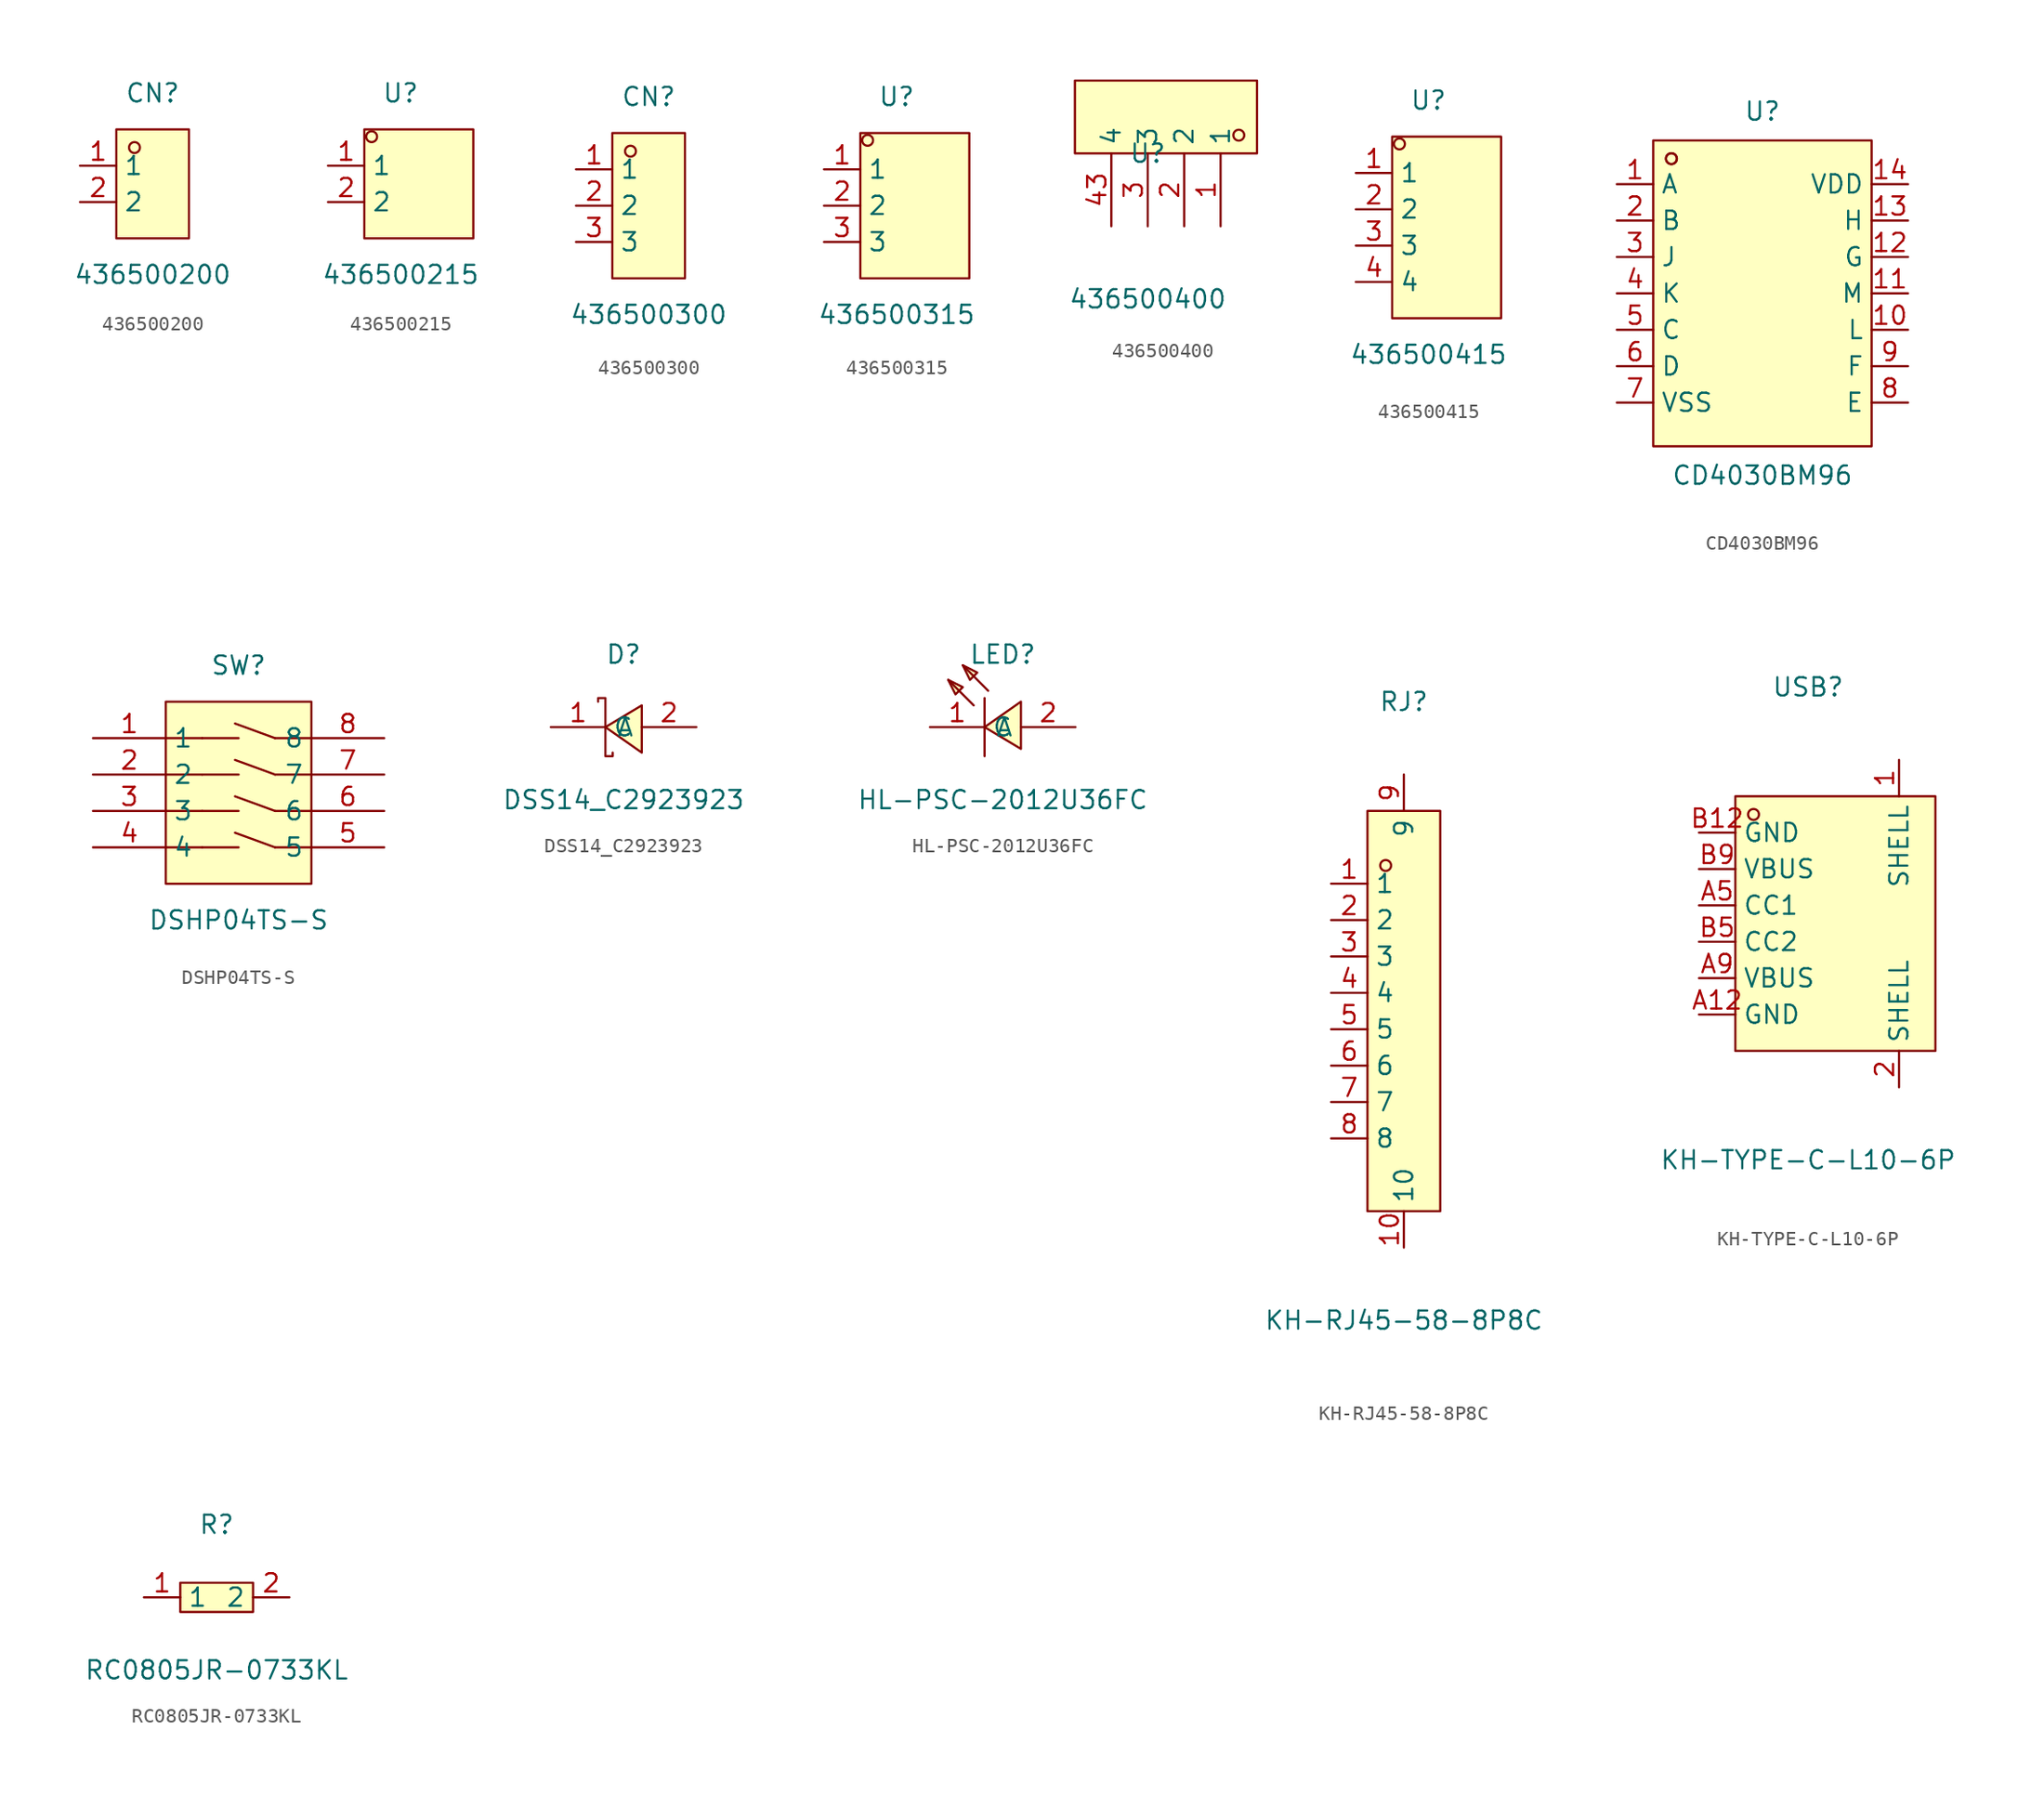
<source format=kicad_sym>
(kicad_symbol_lib
  (version 20211014)
  (generator https://github.com/uPesy/easyeda2kicad.py)
  (symbol "436500200"
    (property "Reference" "CN"
      (at 0 6.35 0)
      (effects (font (size 1.27 1.27))))
    (property "Value" "436500200"
      (at 0 -6.35 0)
      (effects (font (size 1.27 1.27))))
    (symbol "436500200_0_1"
      (rectangle (start -2.54 3.81) (end 2.54 -3.81) (stroke (width 0) (type default) (color 0 0 0 0)) (fill (type background)))
      (circle (center -1.27 2.54) (radius 0.38) (stroke (width 0) (type default) (color 0 0 0 0)) (fill (type none)))
      (pin unspecified line (at -5.08 1.27 0) (length 2.54) (name "1" (effects (font (size 1.27 1.27)))) (number "1" (effects (font (size 1.27 1.27)))))
      (pin unspecified line (at -5.08 -1.27 0) (length 2.54) (name "2" (effects (font (size 1.27 1.27)))) (number "2" (effects (font (size 1.27 1.27)))))))
  (symbol "436500215"
    (property "Reference" "U"
      (at 0 6.35 0)
      (effects (font (size 1.27 1.27))))
    (property "Value" "436500215"
      (at 0 -6.35 0)
      (effects (font (size 1.27 1.27))))
    (symbol "436500215_0_1"
      (rectangle (start -2.54 3.81) (end 5.08 -3.81) (stroke (width 0) (type default) (color 0 0 0 0)) (fill (type background)))
      (circle (center -2.03 3.30) (radius 0.38) (stroke (width 0) (type default) (color 0 0 0 0)) (fill (type none)))
      (pin unspecified line (at -5.08 1.27 0) (length 2.54) (name "1" (effects (font (size 1.27 1.27)))) (number "1" (effects (font (size 1.27 1.27)))))
      (pin unspecified line (at -5.08 -1.27 0) (length 2.54) (name "2" (effects (font (size 1.27 1.27)))) (number "2" (effects (font (size 1.27 1.27)))))))
  (symbol "436500300"
    (property "Reference" "CN"
      (at 0 7.62 0)
      (effects (font (size 1.27 1.27))))
    (property "Value" "436500300"
      (at 0 -7.62 0)
      (effects (font (size 1.27 1.27))))
    (symbol "436500300_0_1"
      (rectangle (start -2.54 5.08) (end 2.54 -5.08) (stroke (width 0) (type default) (color 0 0 0 0)) (fill (type background)))
      (circle (center -1.27 3.81) (radius 0.38) (stroke (width 0) (type default) (color 0 0 0 0)) (fill (type none)))
      (pin unspecified line (at -5.08 2.54 0) (length 2.54) (name "1" (effects (font (size 1.27 1.27)))) (number "1" (effects (font (size 1.27 1.27)))))
      (pin unspecified line (at -5.08 -0.00 0) (length 2.54) (name "2" (effects (font (size 1.27 1.27)))) (number "2" (effects (font (size 1.27 1.27)))))
      (pin unspecified line (at -5.08 -2.54 0) (length 2.54) (name "3" (effects (font (size 1.27 1.27)))) (number "3" (effects (font (size 1.27 1.27)))))))
  (symbol "436500315"
    (property "Reference" "U"
      (at 0 7.62 0)
      (effects (font (size 1.27 1.27))))
    (property "Value" "436500315"
      (at 0 -7.62 0)
      (effects (font (size 1.27 1.27))))
    (symbol "436500315_0_1"
      (rectangle (start -2.54 5.08) (end 5.08 -5.08) (stroke (width 0) (type default) (color 0 0 0 0)) (fill (type background)))
      (circle (center -2.03 4.57) (radius 0.38) (stroke (width 0) (type default) (color 0 0 0 0)) (fill (type none)))
      (pin unspecified line (at -5.08 2.54 0) (length 2.54) (name "1" (effects (font (size 1.27 1.27)))) (number "1" (effects (font (size 1.27 1.27)))))
      (pin unspecified line (at -5.08 -0.00 0) (length 2.54) (name "2" (effects (font (size 1.27 1.27)))) (number "2" (effects (font (size 1.27 1.27)))))
      (pin unspecified line (at -5.08 -2.54 0) (length 2.54) (name "3" (effects (font (size 1.27 1.27)))) (number "3" (effects (font (size 1.27 1.27)))))))
  (symbol "436500400"
    (property "Reference" "U"
      (at 0 -2.54 0)
      (effects (font (size 1.27 1.27))))
    (property "Value" "436500400"
      (at 0 -12.70 0)
      (effects (font (size 1.27 1.27))))
    (symbol "436500400_0_1"
      (rectangle (start -5.08 2.54) (end 7.62 -2.54) (stroke (width 0) (type default) (color 0 0 0 0)) (fill (type background)))
      (circle (center 6.35 -1.27) (radius 0.38) (stroke (width 0) (type default) (color 0 0 0 0)) (fill (type none)))
      (pin unspecified line (at 5.08 -7.62 90) (length 5.08) (name "1" (effects (font (size 1.27 1.27)))) (number "1" (effects (font (size 1.27 1.27)))))
      (pin unspecified line (at 2.54 -7.62 90) (length 5.08) (name "2" (effects (font (size 1.27 1.27)))) (number "2" (effects (font (size 1.27 1.27)))))
      (pin unspecified line (at 0.00 -7.62 90) (length 5.08) (name "3" (effects (font (size 1.27 1.27)))) (number "3" (effects (font (size 1.27 1.27)))))
      (pin unspecified line (at -2.54 -7.62 90) (length 5.08) (name "4" (effects (font (size 1.27 1.27)))) (number "43" (effects (font (size 1.27 1.27)))))))
  (symbol "436500415"
    (property "Reference" "U"
      (at 0 10.16 0)
      (effects (font (size 1.27 1.27))))
    (property "Value" "436500415"
      (at 0 -7.62 0)
      (effects (font (size 1.27 1.27))))
    (symbol "436500415_0_1"
      (rectangle (start -2.54 7.62) (end 5.08 -5.08) (stroke (width 0) (type default) (color 0 0 0 0)) (fill (type background)))
      (circle (center -2.03 7.11) (radius 0.38) (stroke (width 0) (type default) (color 0 0 0 0)) (fill (type none)))
      (pin unspecified line (at -5.08 5.08 0) (length 2.54) (name "1" (effects (font (size 1.27 1.27)))) (number "1" (effects (font (size 1.27 1.27)))))
      (pin unspecified line (at -5.08 2.54 0) (length 2.54) (name "2" (effects (font (size 1.27 1.27)))) (number "2" (effects (font (size 1.27 1.27)))))
      (pin unspecified line (at -5.08 -0.00 0) (length 2.54) (name "3" (effects (font (size 1.27 1.27)))) (number "3" (effects (font (size 1.27 1.27)))))
      (pin unspecified line (at -5.08 -2.54 0) (length 2.54) (name "4" (effects (font (size 1.27 1.27)))) (number "4" (effects (font (size 1.27 1.27)))))))
  (symbol "CD4030BM96"
    (property "Reference" "U"
      (at 0 12.70 0)
      (effects (font (size 1.27 1.27))))
    (property "Value" "CD4030BM96"
      (at 0 -12.70 0)
      (effects (font (size 1.27 1.27))))
    (symbol "CD4030BM96_0_1"
      (rectangle (start -7.62 10.67) (end 7.62 -10.67) (stroke (width 0) (type default) (color 0 0 0 0)) (fill (type background)))
      (circle (center -6.35 9.40) (radius 0.38) (stroke (width 0) (type default) (color 0 0 0 0)) (fill (type none)))
      (circle (center -6.35 9.40) (radius 0.38) (stroke (width 0) (type default) (color 0 0 0 0)) (fill (type none)))
      (pin unspecified line (at -10.16 7.62 0) (length 2.54) (name "A" (effects (font (size 1.27 1.27)))) (number "1" (effects (font (size 1.27 1.27)))))
      (pin unspecified line (at -10.16 5.08 0) (length 2.54) (name "B" (effects (font (size 1.27 1.27)))) (number "2" (effects (font (size 1.27 1.27)))))
      (pin unspecified line (at -10.16 2.54 0) (length 2.54) (name "J" (effects (font (size 1.27 1.27)))) (number "3" (effects (font (size 1.27 1.27)))))
      (pin unspecified line (at -10.16 -0.00 0) (length 2.54) (name "K" (effects (font (size 1.27 1.27)))) (number "4" (effects (font (size 1.27 1.27)))))
      (pin unspecified line (at -10.16 -2.54 0) (length 2.54) (name "C" (effects (font (size 1.27 1.27)))) (number "5" (effects (font (size 1.27 1.27)))))
      (pin unspecified line (at -10.16 -5.08 0) (length 2.54) (name "D" (effects (font (size 1.27 1.27)))) (number "6" (effects (font (size 1.27 1.27)))))
      (pin unspecified line (at -10.16 -7.62 0) (length 2.54) (name "VSS" (effects (font (size 1.27 1.27)))) (number "7" (effects (font (size 1.27 1.27)))))
      (pin unspecified line (at 10.16 -7.62 180) (length 2.54) (name "E" (effects (font (size 1.27 1.27)))) (number "8" (effects (font (size 1.27 1.27)))))
      (pin unspecified line (at 10.16 -5.08 180) (length 2.54) (name "F" (effects (font (size 1.27 1.27)))) (number "9" (effects (font (size 1.27 1.27)))))
      (pin unspecified line (at 10.16 -2.54 180) (length 2.54) (name "L" (effects (font (size 1.27 1.27)))) (number "10" (effects (font (size 1.27 1.27)))))
      (pin unspecified line (at 10.16 -0.00 180) (length 2.54) (name "M" (effects (font (size 1.27 1.27)))) (number "11" (effects (font (size 1.27 1.27)))))
      (pin unspecified line (at 10.16 2.54 180) (length 2.54) (name "G" (effects (font (size 1.27 1.27)))) (number "12" (effects (font (size 1.27 1.27)))))
      (pin unspecified line (at 10.16 5.08 180) (length 2.54) (name "H" (effects (font (size 1.27 1.27)))) (number "13" (effects (font (size 1.27 1.27)))))
      (pin unspecified line (at 10.16 7.62 180) (length 2.54) (name "VDD" (effects (font (size 1.27 1.27)))) (number "14" (effects (font (size 1.27 1.27)))))))
  (symbol "DSHP04TS-S"
    (property "Reference" "SW"
      (at 0 10.16 0)
      (effects (font (size 1.27 1.27))))
    (property "Value" "DSHP04TS-S"
      (at 0 -7.62 0)
      (effects (font (size 1.27 1.27))))
    (symbol "DSHP04TS-S_0_1"
      (rectangle (start -5.08 7.62) (end 5.08 -5.08) (stroke (width 0) (type default) (color 0 0 0 0)) (fill (type background)))
      (polyline (pts (xy 5.08 5.08) (xy 2.54 5.08)) (stroke (width 0) (type default) (color 0 0 0 0)) (fill (type none)))
      (polyline (pts (xy 5.08 2.54) (xy 2.54 2.54)) (stroke (width 0) (type default) (color 0 0 0 0)) (fill (type none)))
      (polyline (pts (xy 5.08 -0.00) (xy 2.54 -0.00)) (stroke (width 0) (type default) (color 0 0 0 0)) (fill (type none)))
      (polyline (pts (xy 5.08 -2.54) (xy 2.54 -2.54)) (stroke (width 0) (type default) (color 0 0 0 0)) (fill (type none)))
      (polyline (pts (xy -2.54 5.08) (xy -5.08 5.08)) (stroke (width 0) (type default) (color 0 0 0 0)) (fill (type none)))
      (polyline (pts (xy -2.54 2.54) (xy -5.08 2.54)) (stroke (width 0) (type default) (color 0 0 0 0)) (fill (type none)))
      (polyline (pts (xy -2.54 -0.00) (xy -5.08 -0.00)) (stroke (width 0) (type default) (color 0 0 0 0)) (fill (type none)))
      (polyline (pts (xy -2.54 -2.54) (xy -5.08 -2.54)) (stroke (width 0) (type default) (color 0 0 0 0)) (fill (type none)))
      (polyline (pts (xy -2.54 5.08) (xy 0.00 5.08)) (stroke (width 0) (type default) (color 0 0 0 0)) (fill (type none)))
      (polyline (pts (xy -2.54 2.54) (xy 0.00 2.54)) (stroke (width 0) (type default) (color 0 0 0 0)) (fill (type none)))
      (polyline (pts (xy -2.54 -0.00) (xy 0.00 -0.00)) (stroke (width 0) (type default) (color 0 0 0 0)) (fill (type none)))
      (polyline (pts (xy -2.54 -2.54) (xy 0.00 -2.54)) (stroke (width 0) (type default) (color 0 0 0 0)) (fill (type none)))
      (polyline (pts (xy 2.54 5.08) (xy -0.25 6.10)) (stroke (width 0) (type default) (color 0 0 0 0)) (fill (type none)))
      (polyline (pts (xy 2.54 2.54) (xy -0.25 3.56)) (stroke (width 0) (type default) (color 0 0 0 0)) (fill (type none)))
      (polyline (pts (xy 2.54 -0.00) (xy -0.25 1.02)) (stroke (width 0) (type default) (color 0 0 0 0)) (fill (type none)))
      (polyline (pts (xy 2.54 -2.54) (xy -0.25 -1.52)) (stroke (width 0) (type default) (color 0 0 0 0)) (fill (type none)))
      (pin unspecified line (at -10.16 2.54 0) (length 5.08) (name "2" (effects (font (size 1.27 1.27)))) (number "2" (effects (font (size 1.27 1.27)))))
      (pin unspecified line (at -10.16 -0.00 0) (length 5.08) (name "3" (effects (font (size 1.27 1.27)))) (number "3" (effects (font (size 1.27 1.27)))))
      (pin unspecified line (at -10.16 -2.54 0) (length 5.08) (name "4" (effects (font (size 1.27 1.27)))) (number "4" (effects (font (size 1.27 1.27)))))
      (pin unspecified line (at -10.16 5.08 0) (length 5.08) (name "1" (effects (font (size 1.27 1.27)))) (number "1" (effects (font (size 1.27 1.27)))))
      (pin unspecified line (at 10.16 -2.54 180) (length 5.08) (name "5" (effects (font (size 1.27 1.27)))) (number "5" (effects (font (size 1.27 1.27)))))
      (pin unspecified line (at 10.16 -0.00 180) (length 5.08) (name "6" (effects (font (size 1.27 1.27)))) (number "6" (effects (font (size 1.27 1.27)))))
      (pin unspecified line (at 10.16 2.54 180) (length 5.08) (name "7" (effects (font (size 1.27 1.27)))) (number "7" (effects (font (size 1.27 1.27)))))
      (pin unspecified line (at 10.16 5.08 180) (length 5.08) (name "8" (effects (font (size 1.27 1.27)))) (number "8" (effects (font (size 1.27 1.27)))))))
  (symbol "DSS14_C2923923"
    (property "Reference" "D"
      (at 0 5.08 0)
      (effects (font (size 1.27 1.27))))
    (property "Value" "DSS14_C2923923"
      (at 0 -5.08 0)
      (effects (font (size 1.27 1.27))))
    (symbol "DSS14_C2923923_0_1"
      (polyline (pts (xy 1.27 1.52) (xy -1.27 -0.00) (xy 1.27 -1.78) (xy 1.27 1.52)) (stroke (width 0) (type default) (color 0 0 0 0)) (fill (type background)))
      (polyline (pts (xy -1.78 1.78) (xy -1.78 2.03) (xy -1.27 2.03) (xy -1.27 -2.03) (xy -0.76 -2.03) (xy -0.76 -1.78)) (stroke (width 0) (type default) (color 0 0 0 0)) (fill (type none)))
      (pin unspecified line (at 5.08 -0.00 180) (length 3.81) (name "A" (effects (font (size 1.27 1.27)))) (number "2" (effects (font (size 1.27 1.27)))))
      (pin unspecified line (at -5.08 -0.00 0) (length 3.81) (name "C" (effects (font (size 1.27 1.27)))) (number "1" (effects (font (size 1.27 1.27)))))))
  (symbol "HL-PSC-2012U36FC"
    (property "Reference" "LED"
      (at 0 5.08 0)
      (effects (font (size 1.27 1.27))))
    (property "Value" "HL-PSC-2012U36FC"
      (at 0 -5.08 0)
      (effects (font (size 1.27 1.27))))
    (symbol "HL-PSC-2012U36FC_0_1"
      (polyline (pts (xy -3.81 3.30) (xy -2.79 2.79) (xy -3.30 2.29) (xy -3.81 3.30)) (stroke (width 0) (type default) (color 0 0 0 0)) (fill (type background)))
      (polyline (pts (xy -2.79 4.32) (xy -1.78 3.81) (xy -2.29 3.30) (xy -2.79 4.32)) (stroke (width 0) (type default) (color 0 0 0 0)) (fill (type background)))
      (polyline (pts (xy 1.27 -1.52) (xy -1.27 -0.00) (xy 1.27 1.78) (xy 1.27 -1.52)) (stroke (width 0) (type default) (color 0 0 0 0)) (fill (type background)))
      (polyline (pts (xy -2.03 1.52) (xy -3.81 3.30)) (stroke (width 0) (type default) (color 0 0 0 0)) (fill (type none)))
      (polyline (pts (xy -1.02 2.54) (xy -2.79 4.32)) (stroke (width 0) (type default) (color 0 0 0 0)) (fill (type none)))
      (polyline (pts (xy -1.27 2.03) (xy -1.27 -2.03)) (stroke (width 0) (type default) (color 0 0 0 0)) (fill (type none)))
      (pin unspecified line (at -5.08 -0.00 0) (length 3.81) (name "C" (effects (font (size 1.27 1.27)))) (number "1" (effects (font (size 1.27 1.27)))))
      (pin unspecified line (at 5.08 -0.00 180) (length 3.81) (name "A" (effects (font (size 1.27 1.27)))) (number "2" (effects (font (size 1.27 1.27)))))))
  (symbol "KH-RJ45-58-8P8C"
    (property "Reference" "RJ"
      (at 0 20.32 0)
      (effects (font (size 1.27 1.27))))
    (property "Value" "KH-RJ45-58-8P8C"
      (at 0 -22.86 0)
      (effects (font (size 1.27 1.27))))
    (symbol "KH-RJ45-58-8P8C_0_1"
      (rectangle (start -2.54 12.70) (end 2.54 -15.24) (stroke (width 0) (type default) (color 0 0 0 0)) (fill (type background)))
      (circle (center -1.27 8.89) (radius 0.38) (stroke (width 0) (type default) (color 0 0 0 0)) (fill (type none)))
      (pin unspecified line (at -5.08 7.62 0) (length 2.54) (name "1" (effects (font (size 1.27 1.27)))) (number "1" (effects (font (size 1.27 1.27)))))
      (pin unspecified line (at -5.08 5.08 0) (length 2.54) (name "2" (effects (font (size 1.27 1.27)))) (number "2" (effects (font (size 1.27 1.27)))))
      (pin unspecified line (at -5.08 2.54 0) (length 2.54) (name "3" (effects (font (size 1.27 1.27)))) (number "3" (effects (font (size 1.27 1.27)))))
      (pin unspecified line (at -5.08 -0.00 0) (length 2.54) (name "4" (effects (font (size 1.27 1.27)))) (number "4" (effects (font (size 1.27 1.27)))))
      (pin unspecified line (at -5.08 -2.54 0) (length 2.54) (name "5" (effects (font (size 1.27 1.27)))) (number "5" (effects (font (size 1.27 1.27)))))
      (pin unspecified line (at -5.08 -5.08 0) (length 2.54) (name "6" (effects (font (size 1.27 1.27)))) (number "6" (effects (font (size 1.27 1.27)))))
      (pin unspecified line (at -5.08 -7.62 0) (length 2.54) (name "7" (effects (font (size 1.27 1.27)))) (number "7" (effects (font (size 1.27 1.27)))))
      (pin unspecified line (at -5.08 -10.16 0) (length 2.54) (name "8" (effects (font (size 1.27 1.27)))) (number "8" (effects (font (size 1.27 1.27)))))
      (pin unspecified line (at 0.00 15.24 270) (length 2.54) (name "9" (effects (font (size 1.27 1.27)))) (number "9" (effects (font (size 1.27 1.27)))))
      (pin unspecified line (at 0.00 -17.78 90) (length 2.54) (name "10" (effects (font (size 1.27 1.27)))) (number "10" (effects (font (size 1.27 1.27)))))))
  (symbol "KH-TYPE-C-L10-6P"
    (property "Reference" "USB"
      (at 0 16.51 0)
      (effects (font (size 1.27 1.27))))
    (property "Value" "KH-TYPE-C-L10-6P"
      (at 0 -16.51 0)
      (effects (font (size 1.27 1.27))))
    (symbol "KH-TYPE-C-L10-6P_0_1"
      (rectangle (start -5.08 8.89) (end 8.89 -8.89) (stroke (width 0) (type default) (color 0 0 0 0)) (fill (type background)))
      (circle (center -3.81 7.62) (radius 0.38) (stroke (width 0) (type default) (color 0 0 0 0)) (fill (type none)))
      (pin unspecified line (at -7.62 6.35 0) (length 2.54) (name "GND" (effects (font (size 1.27 1.27)))) (number "B12" (effects (font (size 1.27 1.27)))))
      (pin unspecified line (at -7.62 3.81 0) (length 2.54) (name "VBUS" (effects (font (size 1.27 1.27)))) (number "B9" (effects (font (size 1.27 1.27)))))
      (pin unspecified line (at -7.62 1.27 0) (length 2.54) (name "CC1" (effects (font (size 1.27 1.27)))) (number "A5" (effects (font (size 1.27 1.27)))))
      (pin unspecified line (at -7.62 -1.27 0) (length 2.54) (name "CC2" (effects (font (size 1.27 1.27)))) (number "B5" (effects (font (size 1.27 1.27)))))
      (pin unspecified line (at -7.62 -3.81 0) (length 2.54) (name "VBUS" (effects (font (size 1.27 1.27)))) (number "A9" (effects (font (size 1.27 1.27)))))
      (pin unspecified line (at -7.62 -6.35 0) (length 2.54) (name "GND" (effects (font (size 1.27 1.27)))) (number "A12" (effects (font (size 1.27 1.27)))))
      (pin unspecified line (at 6.35 11.43 270) (length 2.54) (name "SHELL" (effects (font (size 1.27 1.27)))) (number "1" (effects (font (size 1.27 1.27)))))
      (pin unspecified line (at 6.35 -11.43 90) (length 2.54) (name "SHELL" (effects (font (size 1.27 1.27)))) (number "2" (effects (font (size 1.27 1.27)))))))
  (symbol "RC0805JR-0733KL"
    (property "Reference" "R"
      (at 0 5.08 0)
      (effects (font (size 1.27 1.27))))
    (property "Value" "RC0805JR-0733KL"
      (at 0 -5.08 0)
      (effects (font (size 1.27 1.27))))
    (symbol "RC0805JR-0733KL_0_1"
      (rectangle (start -2.54 1.02) (end 2.54 -1.02) (stroke (width 0) (type default) (color 0 0 0 0)) (fill (type background)))
      (pin input line (at 5.08 -0.00 180) (length 2.54) (name "2" (effects (font (size 1.27 1.27)))) (number "2" (effects (font (size 1.27 1.27)))))
      (pin input line (at -5.08 -0.00 0) (length 2.54) (name "1" (effects (font (size 1.27 1.27)))) (number "1" (effects (font (size 1.27 1.27))))))))
</source>
